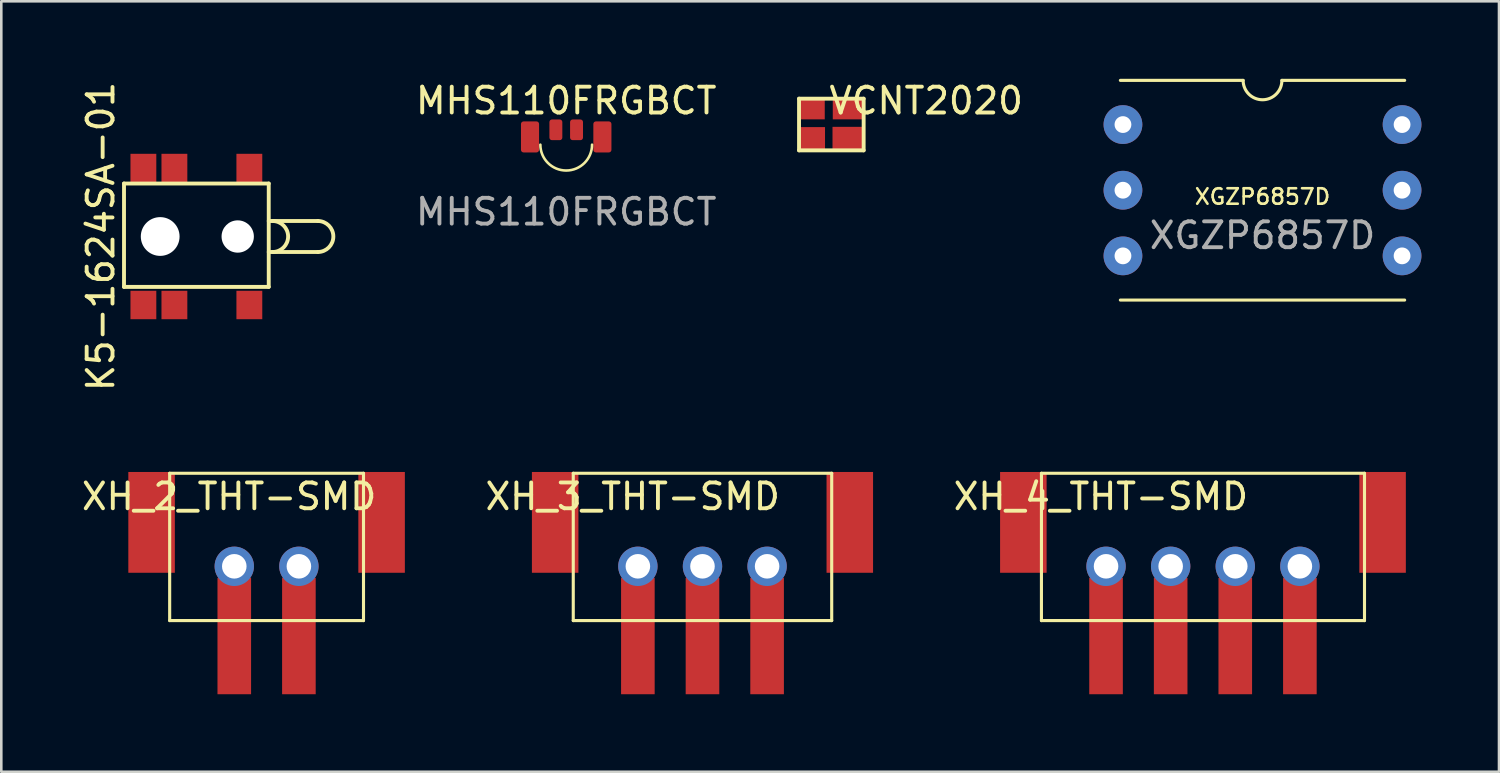
<source format=kicad_pcb>
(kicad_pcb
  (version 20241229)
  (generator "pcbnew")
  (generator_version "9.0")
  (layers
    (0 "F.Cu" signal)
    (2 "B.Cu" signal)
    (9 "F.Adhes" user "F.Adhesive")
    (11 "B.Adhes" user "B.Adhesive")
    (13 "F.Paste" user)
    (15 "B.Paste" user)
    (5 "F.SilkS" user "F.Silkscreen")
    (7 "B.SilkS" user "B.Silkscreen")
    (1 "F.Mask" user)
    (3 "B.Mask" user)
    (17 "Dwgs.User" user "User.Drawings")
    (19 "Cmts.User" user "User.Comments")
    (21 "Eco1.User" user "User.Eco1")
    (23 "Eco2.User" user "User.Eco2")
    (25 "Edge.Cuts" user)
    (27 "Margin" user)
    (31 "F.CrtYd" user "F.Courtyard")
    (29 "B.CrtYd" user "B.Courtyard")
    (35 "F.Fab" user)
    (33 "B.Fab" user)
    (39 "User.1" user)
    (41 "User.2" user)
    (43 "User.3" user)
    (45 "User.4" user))
  (footprint "XGZP6857D"
    (layer "F.Cu")
    (at 45.8 4.31)
    (property "Reference" "XGZP6857D" (at 0 0.25 0) (unlocked yes) (layer "F.SilkS") (effects (font (size 0.6 0.6) (thickness 0.1))))
    (attr through_hole)
    (fp_line (start -5.5 4.25) (end 5.5 4.25) (stroke (width 0.12) (type solid)) (layer "F.SilkS"))
    (fp_line (start -0.75 -4.25) (end -5.5 -4.25) (stroke (width 0.12) (type solid)) (layer "F.SilkS"))
    (fp_line (start 0.75 -4.25) (end 5.5 -4.25) (stroke (width 0.12) (type solid)) (layer "F.SilkS"))
    (fp_arc (start 0.75 -4.25) (mid 0 -3.5) (end -0.75 -4.25) (stroke (width 0.12) (type solid)) (layer "F.SilkS"))
    (fp_text user "${REFERENCE}" (at 0 1.75 0) (unlocked yes) (layer "F.Fab") (effects (font (size 1 1) (thickness 0.15))))
    (pad "1" thru_hole circle (at -5.4 -2.54) (size 1.5 1.5) (drill 0.65) (layers "*.Cu" "*.Mask"))
    (pad "2" thru_hole circle (at -5.4 0) (size 1.5 1.5) (drill 0.65) (layers "*.Cu" "*.Mask"))
    (pad "3" thru_hole circle (at -5.4 2.54) (size 1.5 1.5) (drill 0.65) (layers "*.Cu" "*.Mask"))
    (pad "4" thru_hole circle (at 5.4 2.54) (size 1.5 1.5) (drill 0.65) (layers "*.Cu" "*.Mask"))
    (pad "5" thru_hole circle (at 5.4 0) (size 1.5 1.5) (drill 0.65) (layers "*.Cu" "*.Mask"))
    (pad "6" thru_hole circle (at 5.4 -2.54) (size 1.5 1.5) (drill 0.65) (layers "*.Cu" "*.Mask")))
  (footprint "XH_3_THT-SMD"
    (layer "F.Cu")
    (at 21.631 18.862)
    (property "Reference" "XH_3_THT-SMD" (at -0.2 -2.7 0) (layer "F.SilkS") (effects (font (size 1 1) (thickness 0.15))))
    (attr through_hole)
    (fp_line (start -2.5 -3.6) (end 7.5 -3.6) (stroke (width 0.12) (type solid)) (layer "F.SilkS"))
    (fp_line (start -2.5 2.1) (end -2.5 -3.6) (stroke (width 0.12) (type solid)) (layer "F.SilkS"))
    (fp_line (start 7.5 -3.6) (end 7.5 2.1) (stroke (width 0.12) (type solid)) (layer "F.SilkS"))
    (fp_line (start 7.5 2.1) (end -2.5 2.1) (stroke (width 0.12) (type solid)) (layer "F.SilkS"))
    (pad "" smd rect (at -3.2 -1.7 180) (size 1.8 3.9) (layers "F.Cu" "F.Mask" "F.Paste"))
    (pad "" smd rect (at 0 2.7 180) (size 1.3 4.5) (layers "F.Cu" "F.Mask" "F.Paste"))
    (pad "" smd rect (at 2.5 2.7 180) (size 1.3 4.5) (layers "F.Cu" "F.Mask" "F.Paste"))
    (pad "" smd rect (at 5 2.7 180) (size 1.3 4.5) (layers "F.Cu" "F.Mask" "F.Paste"))
    (pad "" smd rect (at 8.2 -1.7 180) (size 1.8 3.9) (layers "F.Cu" "F.Mask" "F.Paste"))
    (pad "1" thru_hole circle (at 0 0) (size 1.524 1.524) (drill 0.95) (layers "*.Cu" "*.Mask"))
    (pad "2" thru_hole circle (at 2.5 0) (size 1.524 1.524) (drill 0.95) (layers "*.Cu" "*.Mask"))
    (pad "3" thru_hole circle (at 5 0) (size 1.524 1.524) (drill 0.95) (layers "*.Cu" "*.Mask")))
  (footprint "XH_4_THT-SMD"
    (layer "F.Cu")
    (at 39.746 18.862)
    (property "Reference" "XH_4_THT-SMD" (at -0.2 -2.7 0) (layer "F.SilkS") (effects (font (size 1 1) (thickness 0.15))))
    (attr through_hole)
    (fp_line (start -2.5 -3.6) (end 10 -3.6) (stroke (width 0.12) (type solid)) (layer "F.SilkS"))
    (fp_line (start -2.5 2.1) (end -2.5 -3.6) (stroke (width 0.12) (type solid)) (layer "F.SilkS"))
    (fp_line (start 10 -3.6) (end 10 2.1) (stroke (width 0.12) (type solid)) (layer "F.SilkS"))
    (fp_line (start 10 2.1) (end -2.5 2.1) (stroke (width 0.12) (type solid)) (layer "F.SilkS"))
    (pad "" smd rect (at -3.2 -1.7 180) (size 1.8 3.9) (layers "F.Cu" "F.Mask" "F.Paste"))
    (pad "" smd rect (at 0 2.7 180) (size 1.3 4.5) (layers "F.Cu" "F.Mask" "F.Paste"))
    (pad "" smd rect (at 2.5 2.7 180) (size 1.3 4.5) (layers "F.Cu" "F.Mask" "F.Paste"))
    (pad "" smd rect (at 5 2.7 180) (size 1.3 4.5) (layers "F.Cu" "F.Mask" "F.Paste"))
    (pad "" smd rect (at 7.5 2.7 180) (size 1.3 4.5) (layers "F.Cu" "F.Mask" "F.Paste"))
    (pad "" smd rect (at 10.7 -1.7 180) (size 1.8 3.9) (layers "F.Cu" "F.Mask" "F.Paste"))
    (pad "1" thru_hole circle (at 0 0) (size 1.524 1.524) (drill 0.95) (layers "*.Cu" "*.Mask"))
    (pad "2" thru_hole circle (at 2.5 0) (size 1.524 1.524) (drill 0.95) (layers "*.Cu" "*.Mask"))
    (pad "3" thru_hole circle (at 5 0) (size 1.524 1.524) (drill 0.95) (layers "*.Cu" "*.Mask"))
    (pad "4" thru_hole circle (at 7.5 0) (size 1.524 1.524) (drill 0.95) (layers "*.Cu" "*.Mask")))
  (footprint "XH_2_THT-SMD"
    (layer "F.Cu")
    (at 6.015 18.862)
    (property "Reference" "XH_2_THT-SMD" (at -0.2 -2.7 0) (layer "F.SilkS") (effects (font (size 1 1) (thickness 0.15))))
    (attr through_hole)
    (fp_line (start -2.5 -3.6) (end 5 -3.6) (stroke (width 0.12) (type solid)) (layer "F.SilkS"))
    (fp_line (start -2.5 2.1) (end -2.5 -3.6) (stroke (width 0.12) (type solid)) (layer "F.SilkS"))
    (fp_line (start 5 -3.6) (end 5 2.1) (stroke (width 0.12) (type solid)) (layer "F.SilkS"))
    (fp_line (start 5 2.1) (end -2.5 2.1) (stroke (width 0.12) (type solid)) (layer "F.SilkS"))
    (pad "" smd rect (at -3.2 -1.7 180) (size 1.8 3.9) (layers "F.Cu" "F.Mask" "F.Paste"))
    (pad "" smd rect (at 0 2.7 180) (size 1.3 4.5) (layers "F.Cu" "F.Mask" "F.Paste"))
    (pad "" smd rect (at 2.5 2.7 180) (size 1.3 4.5) (layers "F.Cu" "F.Mask" "F.Paste"))
    (pad "" smd rect (at 5.7 -1.7 180) (size 1.8 3.9) (layers "F.Cu" "F.Mask" "F.Paste"))
    (pad "1" thru_hole circle (at 0 0) (size 1.524 1.524) (drill 0.95) (layers "*.Cu" "*.Mask"))
    (pad "2" thru_hole circle (at 2.5 0) (size 1.524 1.524) (drill 0.95) (layers "*.Cu" "*.Mask")))
  (footprint "VCNT2020"
    (layer "F.Cu")
    (at 28.987 1.848)
    (property "Reference" "VCNT2020" (at 3.8 -1 180) (layer "F.SilkS") (effects (font (size 1 1) (thickness 0.15))))
    (attr through_hole)
    (fp_line (start -1.12 -1.08) (end -1.12 0.92) (stroke (width 0.15) (type solid)) (layer "F.SilkS"))
    (fp_line (start -1.12 0.92) (end 1.38 0.92) (stroke (width 0.15) (type solid)) (layer "F.SilkS"))
    (fp_line (start 1.38 -1.08) (end -1.12 -1.08) (stroke (width 0.15) (type solid)) (layer "F.SilkS"))
    (fp_line (start 1.38 0.92) (end 1.38 -1.08) (stroke (width 0.15) (type solid)) (layer "F.SilkS"))
    (pad "1" smd rect (at -0.6 0.495 180) (size 0.97 0.95) (layers "F.Cu" "F.Mask" "F.Paste"))
    (pad "2" smd rect (at 0.75 0.495 270) (size 0.97 1.15) (layers "F.Cu" "F.Mask" "F.Paste"))
    (pad "3" smd rect (at -0.6 -0.705 90) (size 0.85 0.95) (layers "F.Cu" "F.Mask" "F.Paste"))
    (pad "4" smd rect (at 0.76 -0.705 270) (size 0.85 1.15) (layers "F.Cu" "F.Mask" "F.Paste")))
  (footprint "K5-1624SA-01"
    (layer "F.Cu")
    (at 6.148 6.101)
    (property "Reference" "K5-1624SA-01" (at -5.3 0 90) (layer "F.SilkS") (effects (font (size 1 1) (thickness 0.15))))
    (attr through_hole)
    (fp_line (start -4.4 -2.05) (end -4.4 1.95) (stroke (width 0.15) (type solid)) (layer "F.SilkS"))
    (fp_line (start -4.4 1.95) (end 1.2 1.95) (stroke (width 0.15) (type solid)) (layer "F.SilkS"))
    (fp_line (start 1.2 -2.05) (end -4.4 -2.05) (stroke (width 0.15) (type solid)) (layer "F.SilkS"))
    (fp_line (start 1.2 1.95) (end 1.2 -2.05) (stroke (width 0.15) (type solid)) (layer "F.SilkS"))
    (fp_line (start 3.1 -0.6) (end 1.2 -0.6) (stroke (width 0.15) (type solid)) (layer "F.SilkS"))
    (fp_line (start 3.1 0.6) (end 1.2 0.6) (stroke (width 0.15) (type solid)) (layer "F.SilkS"))
    (fp_arc (start 1.35 -0.6) (mid 1.95 0) (end 1.35 0.6) (stroke (width 0.15) (type solid)) (layer "F.SilkS"))
    (fp_arc (start 3.1 -0.6) (mid 3.7 0) (end 3.1 0.6) (stroke (width 0.15) (type solid)) (layer "F.SilkS"))
    (pad "" np_thru_hole circle (at -3 0) (size 1.5 1.5) (drill 1.5) (layers "*.Cu" "*.Mask"))
    (pad "" np_thru_hole circle (at 0 0) (size 1.25 1.25) (drill 1.25) (layers "*.Cu" "*.Mask"))
    (pad "1" smd rect (at 0.45 2.65) (size 1 1.1) (layers "F.Cu" "F.Mask" "F.Paste"))
    (pad "2" smd rect (at -2.45 2.65) (size 1 1.1) (layers "F.Cu" "F.Mask" "F.Paste"))
    (pad "3" smd rect (at 0.45 -2.65) (size 1 1.1) (layers "F.Cu" "F.Mask" "F.Paste"))
    (pad "4" smd rect (at -2.45 -2.65) (size 1 1.1) (layers "F.Cu" "F.Mask" "F.Paste"))
    (pad "5" smd rect (at -3.65 -2.65) (size 1 1.1) (layers "F.Cu" "F.Mask" "F.Paste"))
    (pad "6" smd rect (at -3.65 2.65) (size 1 1.1) (layers "F.Cu" "F.Mask" "F.Paste")))
  (footprint "MHS110FRGBCT"
    (layer "F.Cu")
    (at 18.858 2.648)
    (property "Reference" "MHS110FRGBCT" (at 0 -1.8 0) (unlocked yes) (layer "F.SilkS") (effects (font (size 1 1) (thickness 0.15))))
    (attr smd)
    (fp_arc (start 1 -0.1) (mid 0 0.9) (end -1 -0.1) (stroke (width 0.1) (type solid)) (layer "F.SilkS"))
    (fp_text user "${REFERENCE}" (at 0 2.5 0) (unlocked yes) (layer "F.Fab") (effects (font (size 1 1) (thickness 0.15))))
    (pad "1" smd roundrect (at -1.4 -0.4) (size 0.7 1.2) (layers "F.Cu" "F.Mask" "F.Paste") (roundrect_rratio 0.143))
    (pad "2" smd roundrect (at -0.4 -0.675) (size 0.5 0.8) (layers "F.Cu" "F.Mask" "F.Paste") (roundrect_rratio 0.2))
    (pad "3" smd roundrect (at 0.4 -0.675) (size 0.5 0.8) (layers "F.Cu" "F.Mask" "F.Paste") (roundrect_rratio 0.2))
    (pad "4" smd roundrect (at 1.4 -0.4) (size 0.7 1.2) (layers "F.Cu" "F.Mask" "F.Paste") (roundrect_rratio 0.143)))
  (gr_rect
    (start -3 -3)
    (end 54.95 26.812)
    (stroke (width 0.1) (type default))
    (fill no)
    (layer "Edge.Cuts")))
</source>
